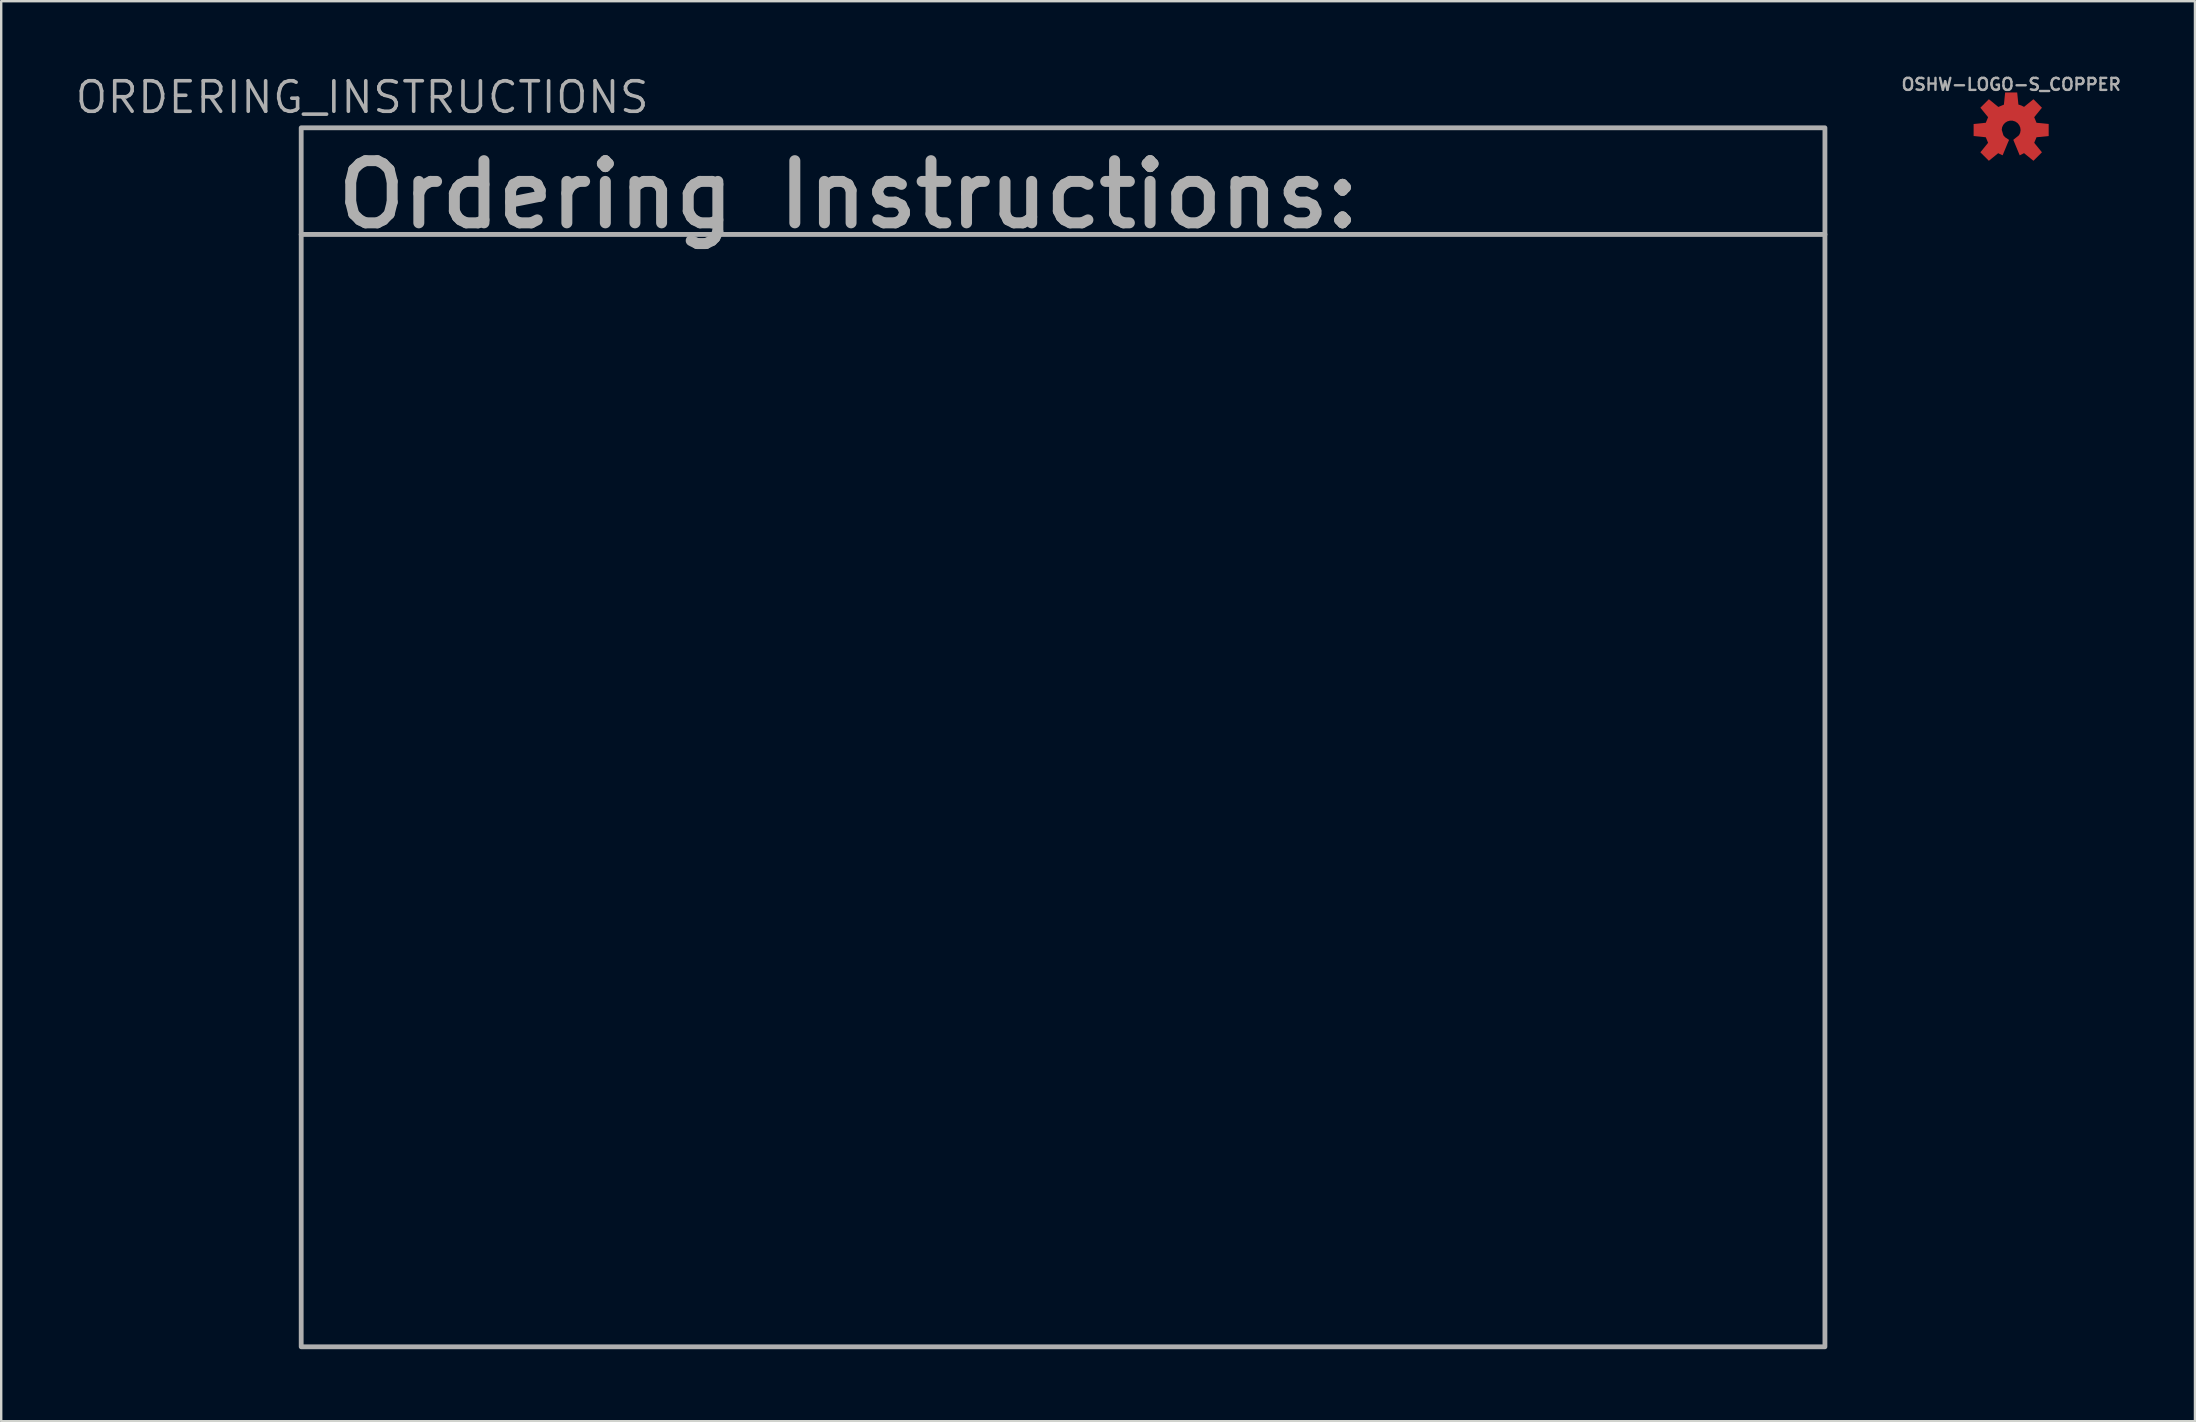
<source format=kicad_pcb>
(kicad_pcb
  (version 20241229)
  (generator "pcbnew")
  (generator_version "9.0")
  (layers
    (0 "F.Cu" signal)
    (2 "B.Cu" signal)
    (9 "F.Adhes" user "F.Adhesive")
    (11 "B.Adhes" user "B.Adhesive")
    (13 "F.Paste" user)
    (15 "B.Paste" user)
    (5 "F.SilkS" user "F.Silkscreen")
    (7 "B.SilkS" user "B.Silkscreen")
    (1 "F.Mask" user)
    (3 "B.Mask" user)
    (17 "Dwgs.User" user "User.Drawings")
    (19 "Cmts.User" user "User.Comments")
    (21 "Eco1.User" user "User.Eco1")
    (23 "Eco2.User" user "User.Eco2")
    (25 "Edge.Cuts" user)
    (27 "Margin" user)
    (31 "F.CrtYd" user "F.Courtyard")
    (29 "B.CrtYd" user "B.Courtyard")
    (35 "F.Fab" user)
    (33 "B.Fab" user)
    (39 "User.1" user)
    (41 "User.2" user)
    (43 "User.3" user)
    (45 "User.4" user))
  (footprint "OSHW-LOGO-S_COPPER"
    (layer "F.Cu")
    (at 80.763 2.368)
    (property "Reference" "OSHW-LOGO-S_COPPER" (at 0 -1.9 0) (layer "F.Fab") (effects (font (size 0.5 0.5) (thickness 0.1))))
    (fp_poly (pts (xy 0.302 -1.061) (xy 0.423 -1.022) (xy 0.537 -0.964) (xy 0.929 -1.283) (xy 1.283 -0.929) (xy 0.961 -0.534) (xy 1.057 -0.302) (xy 1.564 -0.251) (xy 1.564 0.251) (xy 1.057 0.302) (xy 0.961 0.534) (xy 1.283 0.929) (xy 0.929 1.283) (xy 0.537 0.964) (xy 0.357 1.057) (xy 0.089 0.41) (xy 0.326 0.218) (xy 0.374 0.121) (xy 0.393 0.01) (xy 0.379 -0.102) (xy 0.335 -0.205) (xy 0.263 -0.292) (xy 0.169 -0.355) (xy 0.061 -0.388) (xy -0.051 -0.389) (xy -0.16 -0.359) (xy -0.255 -0.299) (xy -0.33 -0.214) (xy -0.377 -0.112) (xy -0.392 -0.006) (xy -0.323 0.223) (xy -0.249 0.304) (xy -0.086 0.413) (xy -0.129 0.508) (xy -0.355 1.054) (xy -0.507 0.984) (xy -0.539 0.965) (xy -0.929 1.283) (xy -1.283 0.929) (xy -0.961 0.534) (xy -1.057 0.302) (xy -1.564 0.251) (xy -1.564 -0.251) (xy -1.057 -0.302) (xy -0.961 -0.534) (xy -1.283 -0.929) (xy -0.929 -1.283) (xy -0.534 -0.961) (xy -0.302 -1.057) (xy -0.251 -1.564) (xy 0.251 -1.564)) (stroke (width 0) (type default)) (fill yes) (layer "F.Cu")))
  (footprint "ORDERING_INSTRUCTIONS"
    (layer "F.Cu")
    (at 9.502 2.276)
    (property "Reference" "ORDERING_INSTRUCTIONS" (at 2.54 -1.27 0) (layer "F.Fab") (effects (font (size 1.27 1.27) (thickness 0.15))))
    (fp_line (start 0 4.445) (end 63.5 4.445) (stroke (width 0.203) (type solid)) (layer "F.Fab"))
    (fp_rect (start 0 0) (end 63.5 50.8) (stroke (width 0.2) (type default)) (fill no) (layer "F.Fab"))
    (fp_text user "Ordering Instructions:" (at 1.27 1.27 0) (layer "F.Fab") (effects (font (size 2.591 2.591) (thickness 0.457)) (justify left top))))
  (gr_rect
    (start -3 -3)
    (end 88.423 56.176)
    (stroke (width 0.1) (type default))
    (fill no)
    (layer "Edge.Cuts")))
</source>
